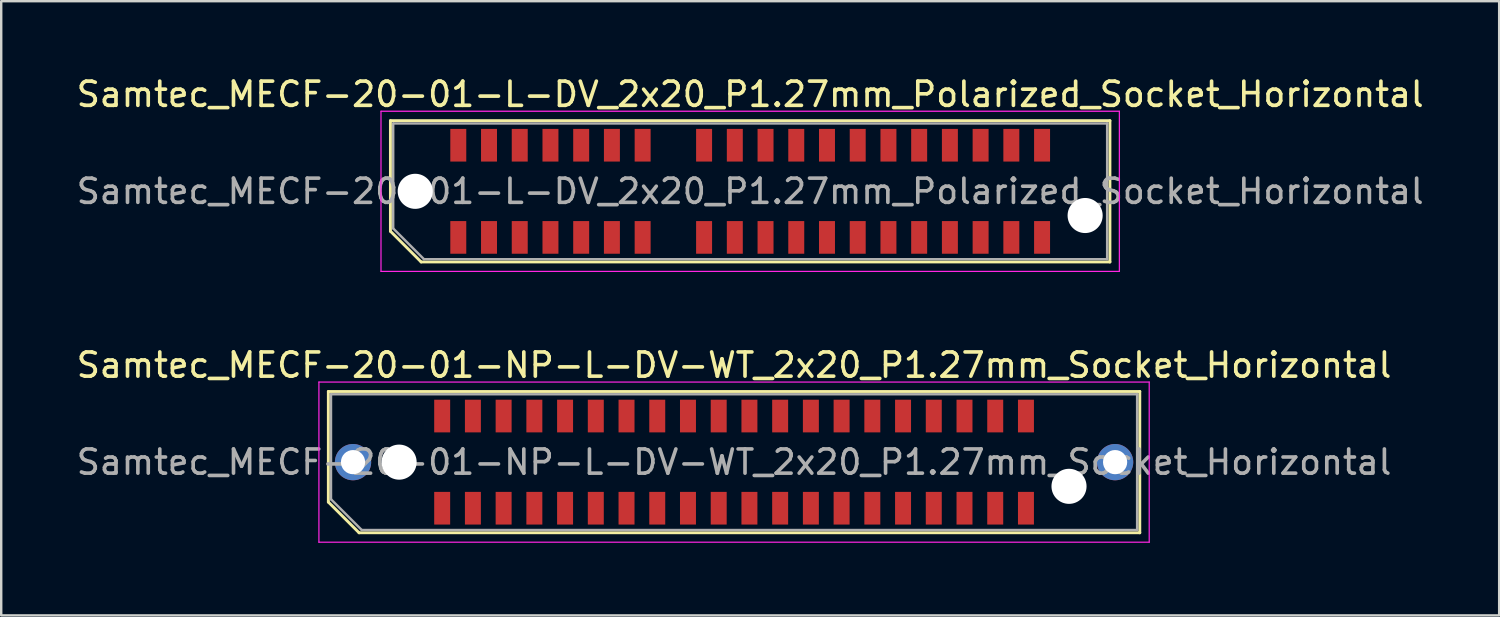
<source format=kicad_pcb>
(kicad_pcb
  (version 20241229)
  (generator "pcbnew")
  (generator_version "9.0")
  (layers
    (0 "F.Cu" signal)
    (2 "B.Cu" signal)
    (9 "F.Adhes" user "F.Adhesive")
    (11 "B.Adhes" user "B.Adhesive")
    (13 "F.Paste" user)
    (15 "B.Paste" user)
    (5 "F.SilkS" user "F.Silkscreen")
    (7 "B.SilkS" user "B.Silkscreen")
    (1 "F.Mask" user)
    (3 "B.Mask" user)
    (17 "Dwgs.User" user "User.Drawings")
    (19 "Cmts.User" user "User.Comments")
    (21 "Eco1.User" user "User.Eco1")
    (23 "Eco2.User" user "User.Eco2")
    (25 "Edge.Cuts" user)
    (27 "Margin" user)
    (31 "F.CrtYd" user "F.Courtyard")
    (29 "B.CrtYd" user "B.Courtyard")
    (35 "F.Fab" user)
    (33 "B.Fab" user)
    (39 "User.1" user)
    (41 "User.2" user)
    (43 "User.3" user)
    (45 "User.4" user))
  (footprint "Samtec_MECF-20-01-NP-L-DV-WT_2x20_P1.27mm_Socket_Horizontal"
    (layer "F.Cu")
    (at 27.292 16.052)
    (property "Reference" "Samtec_MECF-20-01-NP-L-DV-WT_2x20_P1.27mm_Socket_Horizontal" (at 0 -4.01 0) (layer "F.SilkS") (effects (font (size 1 1) (thickness 0.15))))
    (attr smd)
    (fp_line (start -16.77 -2.92) (end 16.77 -2.92) (stroke (width 0.12) (type solid)) (layer "F.SilkS"))
    (fp_line (start -16.77 1.65) (end -16.77 -2.92) (stroke (width 0.12) (type solid)) (layer "F.SilkS"))
    (fp_line (start -15.5 2.92) (end -16.77 1.65) (stroke (width 0.12) (type solid)) (layer "F.SilkS"))
    (fp_line (start -15.5 2.92) (end 16.77 2.92) (stroke (width 0.12) (type solid)) (layer "F.SilkS"))
    (fp_line (start 16.77 2.92) (end 16.77 -2.92) (stroke (width 0.12) (type solid)) (layer "F.SilkS"))
    (fp_line (start -17.16 -3.31) (end -17.16 3.31) (stroke (width 0.05) (type solid)) (layer "F.CrtYd"))
    (fp_line (start -17.16 3.31) (end 17.16 3.31) (stroke (width 0.05) (type solid)) (layer "F.CrtYd"))
    (fp_line (start 17.16 -3.31) (end -17.16 -3.31) (stroke (width 0.05) (type solid)) (layer "F.CrtYd"))
    (fp_line (start 17.16 3.31) (end 17.16 -3.31) (stroke (width 0.05) (type solid)) (layer "F.CrtYd"))
    (fp_line (start -16.66 -2.805) (end 16.66 -2.805) (stroke (width 0.1) (type solid)) (layer "F.Fab"))
    (fp_line (start -16.66 1.535) (end -16.66 -2.805) (stroke (width 0.1) (type solid)) (layer "F.Fab"))
    (fp_line (start -16.66 1.535) (end -15.39 2.805) (stroke (width 0.1) (type solid)) (layer "F.Fab"))
    (fp_line (start -15.39 2.805) (end 16.66 2.805) (stroke (width 0.1) (type solid)) (layer "F.Fab"))
    (fp_line (start 16.66 2.805) (end 16.66 -2.805) (stroke (width 0.1) (type solid)) (layer "F.Fab"))
    (fp_text user "${REFERENCE}" (at 0 0 0) (layer "F.Fab") (effects (font (size 1 1) (thickness 0.15))))
    (pad "" thru_hole circle (at -15.75 0) (size 1.5 1.5) (drill 1) (layers "*.Cu" "*.Mask"))
    (pad "" np_thru_hole circle (at -13.845 0) (size 1.45 1.45) (drill 1.45) (layers "*.Cu" "*.Mask"))
    (pad "" np_thru_hole circle (at 13.845 1) (size 1.45 1.45) (drill 1.45) (layers "*.Cu" "*.Mask"))
    (pad "" thru_hole circle (at 15.75 0) (size 1.5 1.5) (drill 1) (layers "*.Cu" "*.Mask"))
    (pad "1" smd rect (at -12.065 1.905) (size 0.66 1.35) (layers "F.Cu" "F.Mask" "F.Paste"))
    (pad "2" smd rect (at -12.065 -1.905) (size 0.66 1.35) (layers "F.Cu" "F.Mask" "F.Paste"))
    (pad "3" smd rect (at -10.795 1.905) (size 0.66 1.35) (layers "F.Cu" "F.Mask" "F.Paste"))
    (pad "4" smd rect (at -10.795 -1.905) (size 0.66 1.35) (layers "F.Cu" "F.Mask" "F.Paste"))
    (pad "5" smd rect (at -9.525 1.905) (size 0.66 1.35) (layers "F.Cu" "F.Mask" "F.Paste"))
    (pad "6" smd rect (at -9.525 -1.905) (size 0.66 1.35) (layers "F.Cu" "F.Mask" "F.Paste"))
    (pad "7" smd rect (at -8.255 1.905) (size 0.66 1.35) (layers "F.Cu" "F.Mask" "F.Paste"))
    (pad "8" smd rect (at -8.255 -1.905) (size 0.66 1.35) (layers "F.Cu" "F.Mask" "F.Paste"))
    (pad "9" smd rect (at -6.985 1.905) (size 0.66 1.35) (layers "F.Cu" "F.Mask" "F.Paste"))
    (pad "10" smd rect (at -6.985 -1.905) (size 0.66 1.35) (layers "F.Cu" "F.Mask" "F.Paste"))
    (pad "11" smd rect (at -5.715 1.905) (size 0.66 1.35) (layers "F.Cu" "F.Mask" "F.Paste"))
    (pad "12" smd rect (at -5.715 -1.905) (size 0.66 1.35) (layers "F.Cu" "F.Mask" "F.Paste"))
    (pad "13" smd rect (at -4.445 1.905) (size 0.66 1.35) (layers "F.Cu" "F.Mask" "F.Paste"))
    (pad "14" smd rect (at -4.445 -1.905) (size 0.66 1.35) (layers "F.Cu" "F.Mask" "F.Paste"))
    (pad "15" smd rect (at -3.175 1.905) (size 0.66 1.35) (layers "F.Cu" "F.Mask" "F.Paste"))
    (pad "16" smd rect (at -3.175 -1.905) (size 0.66 1.35) (layers "F.Cu" "F.Mask" "F.Paste"))
    (pad "17" smd rect (at -1.905 1.905) (size 0.66 1.35) (layers "F.Cu" "F.Mask" "F.Paste"))
    (pad "18" smd rect (at -1.905 -1.905) (size 0.66 1.35) (layers "F.Cu" "F.Mask" "F.Paste"))
    (pad "19" smd rect (at -0.635 1.905) (size 0.66 1.35) (layers "F.Cu" "F.Mask" "F.Paste"))
    (pad "20" smd rect (at -0.635 -1.905) (size 0.66 1.35) (layers "F.Cu" "F.Mask" "F.Paste"))
    (pad "21" smd rect (at 0.635 1.905) (size 0.66 1.35) (layers "F.Cu" "F.Mask" "F.Paste"))
    (pad "22" smd rect (at 0.635 -1.905) (size 0.66 1.35) (layers "F.Cu" "F.Mask" "F.Paste"))
    (pad "23" smd rect (at 1.905 1.905) (size 0.66 1.35) (layers "F.Cu" "F.Mask" "F.Paste"))
    (pad "24" smd rect (at 1.905 -1.905) (size 0.66 1.35) (layers "F.Cu" "F.Mask" "F.Paste"))
    (pad "25" smd rect (at 3.175 1.905) (size 0.66 1.35) (layers "F.Cu" "F.Mask" "F.Paste"))
    (pad "26" smd rect (at 3.175 -1.905) (size 0.66 1.35) (layers "F.Cu" "F.Mask" "F.Paste"))
    (pad "27" smd rect (at 4.445 1.905) (size 0.66 1.35) (layers "F.Cu" "F.Mask" "F.Paste"))
    (pad "28" smd rect (at 4.445 -1.905) (size 0.66 1.35) (layers "F.Cu" "F.Mask" "F.Paste"))
    (pad "29" smd rect (at 5.715 1.905) (size 0.66 1.35) (layers "F.Cu" "F.Mask" "F.Paste"))
    (pad "30" smd rect (at 5.715 -1.905) (size 0.66 1.35) (layers "F.Cu" "F.Mask" "F.Paste"))
    (pad "31" smd rect (at 6.985 1.905) (size 0.66 1.35) (layers "F.Cu" "F.Mask" "F.Paste"))
    (pad "32" smd rect (at 6.985 -1.905) (size 0.66 1.35) (layers "F.Cu" "F.Mask" "F.Paste"))
    (pad "33" smd rect (at 8.255 1.905) (size 0.66 1.35) (layers "F.Cu" "F.Mask" "F.Paste"))
    (pad "34" smd rect (at 8.255 -1.905) (size 0.66 1.35) (layers "F.Cu" "F.Mask" "F.Paste"))
    (pad "35" smd rect (at 9.525 1.905) (size 0.66 1.35) (layers "F.Cu" "F.Mask" "F.Paste"))
    (pad "36" smd rect (at 9.525 -1.905) (size 0.66 1.35) (layers "F.Cu" "F.Mask" "F.Paste"))
    (pad "37" smd rect (at 10.795 1.905) (size 0.66 1.35) (layers "F.Cu" "F.Mask" "F.Paste"))
    (pad "38" smd rect (at 10.795 -1.905) (size 0.66 1.35) (layers "F.Cu" "F.Mask" "F.Paste"))
    (pad "39" smd rect (at 12.065 1.905) (size 0.66 1.35) (layers "F.Cu" "F.Mask" "F.Paste"))
    (pad "40" smd rect (at 12.065 -1.905) (size 0.66 1.35) (layers "F.Cu" "F.Mask" "F.Paste")))
  (footprint "Samtec_MECF-20-01-L-DV_2x20_P1.27mm_Polarized_Socket_Horizontal"
    (layer "F.Cu")
    (at 27.958 4.858)
    (property "Reference" "Samtec_MECF-20-01-L-DV_2x20_P1.27mm_Polarized_Socket_Horizontal" (at 0 -4.01 0) (layer "F.SilkS") (effects (font (size 1 1) (thickness 0.15))))
    (attr smd)
    (fp_line (start -14.87 -2.92) (end 14.87 -2.92) (stroke (width 0.12) (type solid)) (layer "F.SilkS"))
    (fp_line (start -14.87 1.65) (end -14.87 -2.92) (stroke (width 0.12) (type solid)) (layer "F.SilkS"))
    (fp_line (start -13.6 2.92) (end -14.87 1.65) (stroke (width 0.12) (type solid)) (layer "F.SilkS"))
    (fp_line (start -13.6 2.92) (end 14.87 2.92) (stroke (width 0.12) (type solid)) (layer "F.SilkS"))
    (fp_line (start 14.87 2.92) (end 14.87 -2.92) (stroke (width 0.12) (type solid)) (layer "F.SilkS"))
    (fp_line (start -15.26 -3.31) (end -15.26 3.31) (stroke (width 0.05) (type solid)) (layer "F.CrtYd"))
    (fp_line (start -15.26 3.31) (end 15.26 3.31) (stroke (width 0.05) (type solid)) (layer "F.CrtYd"))
    (fp_line (start 15.26 -3.31) (end -15.26 -3.31) (stroke (width 0.05) (type solid)) (layer "F.CrtYd"))
    (fp_line (start 15.26 3.31) (end 15.26 -3.31) (stroke (width 0.05) (type solid)) (layer "F.CrtYd"))
    (fp_line (start -14.755 -2.805) (end 14.755 -2.805) (stroke (width 0.1) (type solid)) (layer "F.Fab"))
    (fp_line (start -14.755 1.535) (end -14.755 -2.805) (stroke (width 0.1) (type solid)) (layer "F.Fab"))
    (fp_line (start -14.755 1.535) (end -13.485 2.805) (stroke (width 0.1) (type solid)) (layer "F.Fab"))
    (fp_line (start -13.485 2.805) (end 14.755 2.805) (stroke (width 0.1) (type solid)) (layer "F.Fab"))
    (fp_line (start 14.755 2.805) (end 14.755 -2.805) (stroke (width 0.1) (type solid)) (layer "F.Fab"))
    (fp_text user "${REFERENCE}" (at 0 0 0) (layer "F.Fab") (effects (font (size 1 1) (thickness 0.15))))
    (pad "" np_thru_hole circle (at -13.845 0) (size 1.45 1.45) (drill 1.45) (layers "*.Cu" "*.Mask"))
    (pad "" np_thru_hole circle (at 13.845 1) (size 1.45 1.45) (drill 1.45) (layers "*.Cu" "*.Mask"))
    (pad "1" smd rect (at -12.065 1.905) (size 0.66 1.35) (layers "F.Cu" "F.Mask" "F.Paste"))
    (pad "2" smd rect (at -12.065 -1.905) (size 0.66 1.35) (layers "F.Cu" "F.Mask" "F.Paste"))
    (pad "3" smd rect (at -10.795 1.905) (size 0.66 1.35) (layers "F.Cu" "F.Mask" "F.Paste"))
    (pad "4" smd rect (at -10.795 -1.905) (size 0.66 1.35) (layers "F.Cu" "F.Mask" "F.Paste"))
    (pad "5" smd rect (at -9.525 1.905) (size 0.66 1.35) (layers "F.Cu" "F.Mask" "F.Paste"))
    (pad "6" smd rect (at -9.525 -1.905) (size 0.66 1.35) (layers "F.Cu" "F.Mask" "F.Paste"))
    (pad "7" smd rect (at -8.255 1.905) (size 0.66 1.35) (layers "F.Cu" "F.Mask" "F.Paste"))
    (pad "8" smd rect (at -8.255 -1.905) (size 0.66 1.35) (layers "F.Cu" "F.Mask" "F.Paste"))
    (pad "9" smd rect (at -6.985 1.905) (size 0.66 1.35) (layers "F.Cu" "F.Mask" "F.Paste"))
    (pad "10" smd rect (at -6.985 -1.905) (size 0.66 1.35) (layers "F.Cu" "F.Mask" "F.Paste"))
    (pad "11" smd rect (at -5.715 1.905) (size 0.66 1.35) (layers "F.Cu" "F.Mask" "F.Paste"))
    (pad "12" smd rect (at -5.715 -1.905) (size 0.66 1.35) (layers "F.Cu" "F.Mask" "F.Paste"))
    (pad "13" smd rect (at -4.445 1.905) (size 0.66 1.35) (layers "F.Cu" "F.Mask" "F.Paste"))
    (pad "14" smd rect (at -4.445 -1.905) (size 0.66 1.35) (layers "F.Cu" "F.Mask" "F.Paste"))
    (pad "17" smd rect (at -1.905 1.905) (size 0.66 1.35) (layers "F.Cu" "F.Mask" "F.Paste"))
    (pad "18" smd rect (at -1.905 -1.905) (size 0.66 1.35) (layers "F.Cu" "F.Mask" "F.Paste"))
    (pad "19" smd rect (at -0.635 1.905) (size 0.66 1.35) (layers "F.Cu" "F.Mask" "F.Paste"))
    (pad "20" smd rect (at -0.635 -1.905) (size 0.66 1.35) (layers "F.Cu" "F.Mask" "F.Paste"))
    (pad "21" smd rect (at 0.635 1.905) (size 0.66 1.35) (layers "F.Cu" "F.Mask" "F.Paste"))
    (pad "22" smd rect (at 0.635 -1.905) (size 0.66 1.35) (layers "F.Cu" "F.Mask" "F.Paste"))
    (pad "23" smd rect (at 1.905 1.905) (size 0.66 1.35) (layers "F.Cu" "F.Mask" "F.Paste"))
    (pad "24" smd rect (at 1.905 -1.905) (size 0.66 1.35) (layers "F.Cu" "F.Mask" "F.Paste"))
    (pad "25" smd rect (at 3.175 1.905) (size 0.66 1.35) (layers "F.Cu" "F.Mask" "F.Paste"))
    (pad "26" smd rect (at 3.175 -1.905) (size 0.66 1.35) (layers "F.Cu" "F.Mask" "F.Paste"))
    (pad "27" smd rect (at 4.445 1.905) (size 0.66 1.35) (layers "F.Cu" "F.Mask" "F.Paste"))
    (pad "28" smd rect (at 4.445 -1.905) (size 0.66 1.35) (layers "F.Cu" "F.Mask" "F.Paste"))
    (pad "29" smd rect (at 5.715 1.905) (size 0.66 1.35) (layers "F.Cu" "F.Mask" "F.Paste"))
    (pad "30" smd rect (at 5.715 -1.905) (size 0.66 1.35) (layers "F.Cu" "F.Mask" "F.Paste"))
    (pad "31" smd rect (at 6.985 1.905) (size 0.66 1.35) (layers "F.Cu" "F.Mask" "F.Paste"))
    (pad "32" smd rect (at 6.985 -1.905) (size 0.66 1.35) (layers "F.Cu" "F.Mask" "F.Paste"))
    (pad "33" smd rect (at 8.255 1.905) (size 0.66 1.35) (layers "F.Cu" "F.Mask" "F.Paste"))
    (pad "34" smd rect (at 8.255 -1.905) (size 0.66 1.35) (layers "F.Cu" "F.Mask" "F.Paste"))
    (pad "35" smd rect (at 9.525 1.905) (size 0.66 1.35) (layers "F.Cu" "F.Mask" "F.Paste"))
    (pad "36" smd rect (at 9.525 -1.905) (size 0.66 1.35) (layers "F.Cu" "F.Mask" "F.Paste"))
    (pad "37" smd rect (at 10.795 1.905) (size 0.66 1.35) (layers "F.Cu" "F.Mask" "F.Paste"))
    (pad "38" smd rect (at 10.795 -1.905) (size 0.66 1.35) (layers "F.Cu" "F.Mask" "F.Paste"))
    (pad "39" smd rect (at 12.065 1.905) (size 0.66 1.35) (layers "F.Cu" "F.Mask" "F.Paste"))
    (pad "40" smd rect (at 12.065 -1.905) (size 0.66 1.35) (layers "F.Cu" "F.Mask" "F.Paste")))
  (gr_rect
    (start -3 -3)
    (end 58.917 22.387)
    (stroke (width 0.1) (type default))
    (fill no)
    (layer "Edge.Cuts")))
</source>
